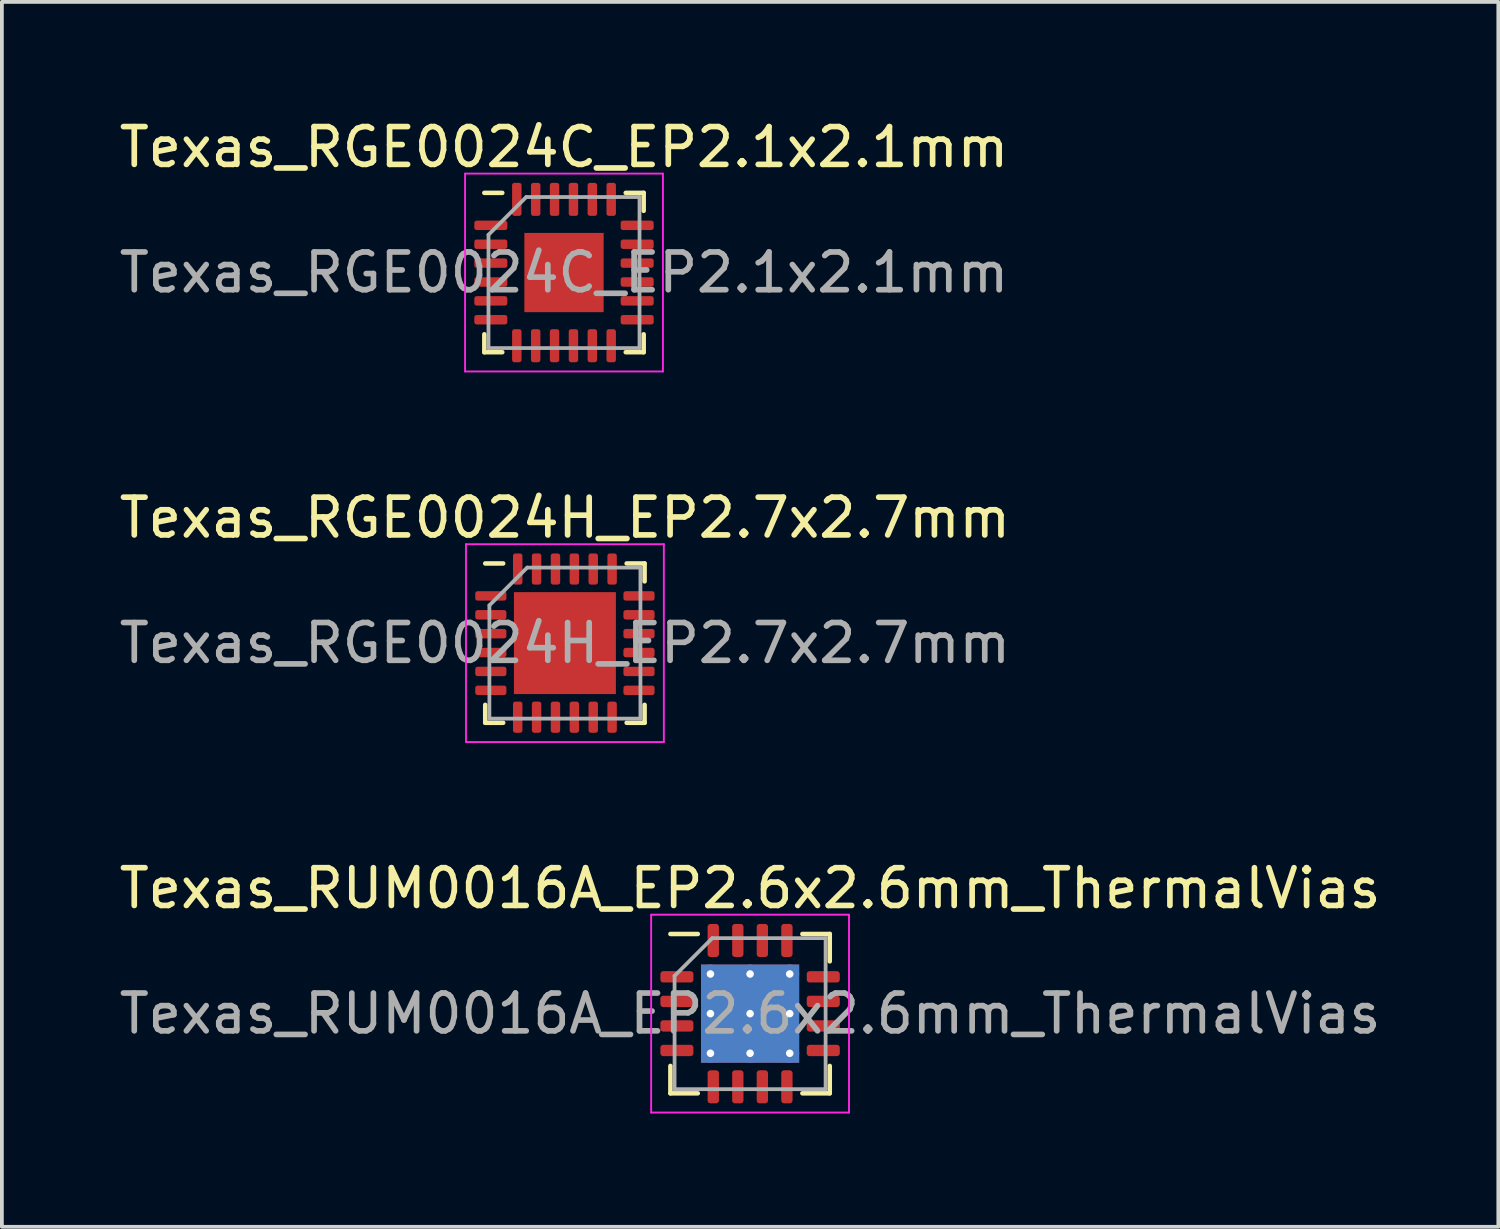
<source format=kicad_pcb>
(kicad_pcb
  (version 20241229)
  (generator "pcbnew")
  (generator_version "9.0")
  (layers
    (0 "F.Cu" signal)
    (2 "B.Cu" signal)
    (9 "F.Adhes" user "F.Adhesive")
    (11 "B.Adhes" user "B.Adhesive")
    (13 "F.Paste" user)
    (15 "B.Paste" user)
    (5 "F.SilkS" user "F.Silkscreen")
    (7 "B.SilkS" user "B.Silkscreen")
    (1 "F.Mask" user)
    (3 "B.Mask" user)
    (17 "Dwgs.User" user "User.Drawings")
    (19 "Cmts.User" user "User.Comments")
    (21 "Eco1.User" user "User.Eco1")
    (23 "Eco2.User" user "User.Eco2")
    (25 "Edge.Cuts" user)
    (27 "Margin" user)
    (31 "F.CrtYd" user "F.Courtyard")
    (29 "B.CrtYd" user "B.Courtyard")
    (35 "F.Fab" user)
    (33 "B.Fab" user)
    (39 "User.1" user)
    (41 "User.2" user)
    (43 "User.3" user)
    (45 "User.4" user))
  (footprint "Texas_RGE0024C_EP2.1x2.1mm"
    (layer "F.Cu")
    (at 11.887 4.168)
    (property "Reference" "Texas_RGE0024C_EP2.1x2.1mm" (at 0 -3.32 0) (layer "F.SilkS") (effects (font (size 1 1) (thickness 0.15))))
    (attr smd)
    (fp_line (start -2.11 2.11) (end -2.11 1.635) (stroke (width 0.12) (type solid)) (layer "F.SilkS"))
    (fp_line (start -1.635 -2.11) (end -2.11 -2.11) (stroke (width 0.12) (type solid)) (layer "F.SilkS"))
    (fp_line (start -1.635 2.11) (end -2.11 2.11) (stroke (width 0.12) (type solid)) (layer "F.SilkS"))
    (fp_line (start 1.635 -2.11) (end 2.11 -2.11) (stroke (width 0.12) (type solid)) (layer "F.SilkS"))
    (fp_line (start 1.635 2.11) (end 2.11 2.11) (stroke (width 0.12) (type solid)) (layer "F.SilkS"))
    (fp_line (start 2.11 -2.11) (end 2.11 -1.635) (stroke (width 0.12) (type solid)) (layer "F.SilkS"))
    (fp_line (start 2.11 2.11) (end 2.11 1.635) (stroke (width 0.12) (type solid)) (layer "F.SilkS"))
    (fp_line (start -2.62 -2.62) (end -2.62 2.62) (stroke (width 0.05) (type solid)) (layer "F.CrtYd"))
    (fp_line (start -2.62 2.62) (end 2.62 2.62) (stroke (width 0.05) (type solid)) (layer "F.CrtYd"))
    (fp_line (start 2.62 -2.62) (end -2.62 -2.62) (stroke (width 0.05) (type solid)) (layer "F.CrtYd"))
    (fp_line (start 2.62 2.62) (end 2.62 -2.62) (stroke (width 0.05) (type solid)) (layer "F.CrtYd"))
    (fp_line (start -2 -1) (end -1 -2) (stroke (width 0.1) (type solid)) (layer "F.Fab"))
    (fp_line (start -2 2) (end -2 -1) (stroke (width 0.1) (type solid)) (layer "F.Fab"))
    (fp_line (start -1 -2) (end 2 -2) (stroke (width 0.1) (type solid)) (layer "F.Fab"))
    (fp_line (start 2 -2) (end 2 2) (stroke (width 0.1) (type solid)) (layer "F.Fab"))
    (fp_line (start 2 2) (end -2 2) (stroke (width 0.1) (type solid)) (layer "F.Fab"))
    (fp_text user "${REFERENCE}" (at 0 0 0) (layer "F.Fab") (effects (font (size 1 1) (thickness 0.15))))
    (pad "" smd roundrect (at -0.525 -0.525) (size 0.85 0.85) (layers "F.Paste") (roundrect_rratio 0.25))
    (pad "" smd roundrect (at -0.525 0.525) (size 0.85 0.85) (layers "F.Paste") (roundrect_rratio 0.25))
    (pad "" smd roundrect (at 0.525 -0.525) (size 0.85 0.85) (layers "F.Paste") (roundrect_rratio 0.25))
    (pad "" smd roundrect (at 0.525 0.525) (size 0.85 0.85) (layers "F.Paste") (roundrect_rratio 0.25))
    (pad "1" smd roundrect (at -1.938 -1.25) (size 0.875 0.25) (layers "F.Cu" "F.Mask" "F.Paste") (roundrect_rratio 0.25))
    (pad "2" smd roundrect (at -1.938 -0.75) (size 0.875 0.25) (layers "F.Cu" "F.Mask" "F.Paste") (roundrect_rratio 0.25))
    (pad "3" smd roundrect (at -1.938 -0.25) (size 0.875 0.25) (layers "F.Cu" "F.Mask" "F.Paste") (roundrect_rratio 0.25))
    (pad "4" smd roundrect (at -1.938 0.25) (size 0.875 0.25) (layers "F.Cu" "F.Mask" "F.Paste") (roundrect_rratio 0.25))
    (pad "5" smd roundrect (at -1.938 0.75) (size 0.875 0.25) (layers "F.Cu" "F.Mask" "F.Paste") (roundrect_rratio 0.25))
    (pad "6" smd roundrect (at -1.938 1.25) (size 0.875 0.25) (layers "F.Cu" "F.Mask" "F.Paste") (roundrect_rratio 0.25))
    (pad "7" smd roundrect (at -1.25 1.938) (size 0.25 0.875) (layers "F.Cu" "F.Mask" "F.Paste") (roundrect_rratio 0.25))
    (pad "8" smd roundrect (at -0.75 1.938) (size 0.25 0.875) (layers "F.Cu" "F.Mask" "F.Paste") (roundrect_rratio 0.25))
    (pad "9" smd roundrect (at -0.25 1.938) (size 0.25 0.875) (layers "F.Cu" "F.Mask" "F.Paste") (roundrect_rratio 0.25))
    (pad "10" smd roundrect (at 0.25 1.938) (size 0.25 0.875) (layers "F.Cu" "F.Mask" "F.Paste") (roundrect_rratio 0.25))
    (pad "11" smd roundrect (at 0.75 1.938) (size 0.25 0.875) (layers "F.Cu" "F.Mask" "F.Paste") (roundrect_rratio 0.25))
    (pad "12" smd roundrect (at 1.25 1.938) (size 0.25 0.875) (layers "F.Cu" "F.Mask" "F.Paste") (roundrect_rratio 0.25))
    (pad "13" smd roundrect (at 1.938 1.25) (size 0.875 0.25) (layers "F.Cu" "F.Mask" "F.Paste") (roundrect_rratio 0.25))
    (pad "14" smd roundrect (at 1.938 0.75) (size 0.875 0.25) (layers "F.Cu" "F.Mask" "F.Paste") (roundrect_rratio 0.25))
    (pad "15" smd roundrect (at 1.938 0.25) (size 0.875 0.25) (layers "F.Cu" "F.Mask" "F.Paste") (roundrect_rratio 0.25))
    (pad "16" smd roundrect (at 1.938 -0.25) (size 0.875 0.25) (layers "F.Cu" "F.Mask" "F.Paste") (roundrect_rratio 0.25))
    (pad "17" smd roundrect (at 1.938 -0.75) (size 0.875 0.25) (layers "F.Cu" "F.Mask" "F.Paste") (roundrect_rratio 0.25))
    (pad "18" smd roundrect (at 1.938 -1.25) (size 0.875 0.25) (layers "F.Cu" "F.Mask" "F.Paste") (roundrect_rratio 0.25))
    (pad "19" smd roundrect (at 1.25 -1.938) (size 0.25 0.875) (layers "F.Cu" "F.Mask" "F.Paste") (roundrect_rratio 0.25))
    (pad "20" smd roundrect (at 0.75 -1.938) (size 0.25 0.875) (layers "F.Cu" "F.Mask" "F.Paste") (roundrect_rratio 0.25))
    (pad "21" smd roundrect (at 0.25 -1.938) (size 0.25 0.875) (layers "F.Cu" "F.Mask" "F.Paste") (roundrect_rratio 0.25))
    (pad "22" smd roundrect (at -0.25 -1.938) (size 0.25 0.875) (layers "F.Cu" "F.Mask" "F.Paste") (roundrect_rratio 0.25))
    (pad "23" smd roundrect (at -0.75 -1.938) (size 0.25 0.875) (layers "F.Cu" "F.Mask" "F.Paste") (roundrect_rratio 0.25))
    (pad "24" smd roundrect (at -1.25 -1.938) (size 0.25 0.875) (layers "F.Cu" "F.Mask" "F.Paste") (roundrect_rratio 0.25))
    (pad "25" smd rect (at 0 0) (size 2.1 2.1) (layers "F.Cu" "F.Mask")))
  (footprint "Texas_RUM0016A_EP2.6x2.6mm_ThermalVias"
    (layer "F.Cu")
    (at 16.815 23.795)
    (property "Reference" "Texas_RUM0016A_EP2.6x2.6mm_ThermalVias" (at 0 -3.32 0) (layer "F.SilkS") (effects (font (size 1 1) (thickness 0.15))))
    (attr smd)
    (fp_line (start -2.11 2.11) (end -2.11 1.385) (stroke (width 0.12) (type solid)) (layer "F.SilkS"))
    (fp_line (start -1.385 -2.11) (end -2.11 -2.11) (stroke (width 0.12) (type solid)) (layer "F.SilkS"))
    (fp_line (start -1.385 2.11) (end -2.11 2.11) (stroke (width 0.12) (type solid)) (layer "F.SilkS"))
    (fp_line (start 1.385 -2.11) (end 2.11 -2.11) (stroke (width 0.12) (type solid)) (layer "F.SilkS"))
    (fp_line (start 1.385 2.11) (end 2.11 2.11) (stroke (width 0.12) (type solid)) (layer "F.SilkS"))
    (fp_line (start 2.11 -2.11) (end 2.11 -1.385) (stroke (width 0.12) (type solid)) (layer "F.SilkS"))
    (fp_line (start 2.11 2.11) (end 2.11 1.385) (stroke (width 0.12) (type solid)) (layer "F.SilkS"))
    (fp_line (start -2.62 -2.62) (end -2.62 2.62) (stroke (width 0.05) (type solid)) (layer "F.CrtYd"))
    (fp_line (start -2.62 2.62) (end 2.62 2.62) (stroke (width 0.05) (type solid)) (layer "F.CrtYd"))
    (fp_line (start 2.62 -2.62) (end -2.62 -2.62) (stroke (width 0.05) (type solid)) (layer "F.CrtYd"))
    (fp_line (start 2.62 2.62) (end 2.62 -2.62) (stroke (width 0.05) (type solid)) (layer "F.CrtYd"))
    (fp_line (start -2 -1) (end -1 -2) (stroke (width 0.1) (type solid)) (layer "F.Fab"))
    (fp_line (start -2 2) (end -2 -1) (stroke (width 0.1) (type solid)) (layer "F.Fab"))
    (fp_line (start -1 -2) (end 2 -2) (stroke (width 0.1) (type solid)) (layer "F.Fab"))
    (fp_line (start 2 -2) (end 2 2) (stroke (width 0.1) (type solid)) (layer "F.Fab"))
    (fp_line (start 2 2) (end -2 2) (stroke (width 0.1) (type solid)) (layer "F.Fab"))
    (fp_text user "${REFERENCE}" (at 0 0 0) (layer "F.Fab") (effects (font (size 1 1) (thickness 0.15))))
    (pad "" smd roundrect (at -0.65 -0.65) (size 1.09 1.09) (layers "F.Paste") (roundrect_rratio 0.229))
    (pad "" smd roundrect (at -0.65 0.65) (size 1.09 1.09) (layers "F.Paste") (roundrect_rratio 0.229))
    (pad "" smd roundrect (at 0.65 -0.65) (size 1.09 1.09) (layers "F.Paste") (roundrect_rratio 0.229))
    (pad "" smd roundrect (at 0.65 0.65) (size 1.09 1.09) (layers "F.Paste") (roundrect_rratio 0.229))
    (pad "1" smd roundrect (at -1.938 -0.975) (size 0.875 0.3) (layers "F.Cu" "F.Mask" "F.Paste") (roundrect_rratio 0.25))
    (pad "2" smd roundrect (at -1.938 -0.325) (size 0.875 0.3) (layers "F.Cu" "F.Mask" "F.Paste") (roundrect_rratio 0.25))
    (pad "3" smd roundrect (at -1.938 0.325) (size 0.875 0.3) (layers "F.Cu" "F.Mask" "F.Paste") (roundrect_rratio 0.25))
    (pad "4" smd roundrect (at -1.938 0.975) (size 0.875 0.3) (layers "F.Cu" "F.Mask" "F.Paste") (roundrect_rratio 0.25))
    (pad "5" smd roundrect (at -0.975 1.938) (size 0.3 0.875) (layers "F.Cu" "F.Mask" "F.Paste") (roundrect_rratio 0.25))
    (pad "6" smd roundrect (at -0.325 1.938) (size 0.3 0.875) (layers "F.Cu" "F.Mask" "F.Paste") (roundrect_rratio 0.25))
    (pad "7" smd roundrect (at 0.325 1.938) (size 0.3 0.875) (layers "F.Cu" "F.Mask" "F.Paste") (roundrect_rratio 0.25))
    (pad "8" smd roundrect (at 0.975 1.938) (size 0.3 0.875) (layers "F.Cu" "F.Mask" "F.Paste") (roundrect_rratio 0.25))
    (pad "9" smd roundrect (at 1.938 0.975) (size 0.875 0.3) (layers "F.Cu" "F.Mask" "F.Paste") (roundrect_rratio 0.25))
    (pad "10" smd roundrect (at 1.938 0.325) (size 0.875 0.3) (layers "F.Cu" "F.Mask" "F.Paste") (roundrect_rratio 0.25))
    (pad "11" smd roundrect (at 1.938 -0.325) (size 0.875 0.3) (layers "F.Cu" "F.Mask" "F.Paste") (roundrect_rratio 0.25))
    (pad "12" smd roundrect (at 1.938 -0.975) (size 0.875 0.3) (layers "F.Cu" "F.Mask" "F.Paste") (roundrect_rratio 0.25))
    (pad "13" smd roundrect (at 0.975 -1.938) (size 0.3 0.875) (layers "F.Cu" "F.Mask" "F.Paste") (roundrect_rratio 0.25))
    (pad "14" smd roundrect (at 0.325 -1.938) (size 0.3 0.875) (layers "F.Cu" "F.Mask" "F.Paste") (roundrect_rratio 0.25))
    (pad "15" smd roundrect (at -0.325 -1.938) (size 0.3 0.875) (layers "F.Cu" "F.Mask" "F.Paste") (roundrect_rratio 0.25))
    (pad "16" smd roundrect (at -0.975 -1.938) (size 0.3 0.875) (layers "F.Cu" "F.Mask" "F.Paste") (roundrect_rratio 0.25))
    (pad "17" thru_hole circle (at -1.05 -1.05) (size 0.5 0.5) (drill 0.2) (layers "*.Cu"))
    (pad "17" thru_hole circle (at -1.05 0) (size 0.5 0.5) (drill 0.2) (layers "*.Cu"))
    (pad "17" thru_hole circle (at -1.05 1.05) (size 0.5 0.5) (drill 0.2) (layers "*.Cu"))
    (pad "17" thru_hole circle (at 0 -1.05) (size 0.5 0.5) (drill 0.2) (layers "*.Cu"))
    (pad "17" thru_hole circle (at 0 0) (size 0.5 0.5) (drill 0.2) (layers "*.Cu"))
    (pad "17" smd rect (at 0 0) (size 2.6 2.6) (layers "F.Cu" "F.Mask"))
    (pad "17" smd rect (at 0 0) (size 2.6 2.6) (layers "B.Cu"))
    (pad "17" thru_hole circle (at 0 1.05) (size 0.5 0.5) (drill 0.2) (layers "*.Cu"))
    (pad "17" thru_hole circle (at 1.05 -1.05) (size 0.5 0.5) (drill 0.2) (layers "*.Cu"))
    (pad "17" thru_hole circle (at 1.05 0) (size 0.5 0.5) (drill 0.2) (layers "*.Cu"))
    (pad "17" thru_hole circle (at 1.05 1.05) (size 0.5 0.5) (drill 0.2) (layers "*.Cu")))
  (footprint "Texas_RGE0024H_EP2.7x2.7mm"
    (layer "F.Cu")
    (at 11.911 13.982)
    (property "Reference" "Texas_RGE0024H_EP2.7x2.7mm" (at 0 -3.32 0) (layer "F.SilkS") (effects (font (size 1 1) (thickness 0.15))))
    (attr smd)
    (fp_line (start -2.11 2.11) (end -2.11 1.635) (stroke (width 0.12) (type solid)) (layer "F.SilkS"))
    (fp_line (start -1.635 -2.11) (end -2.11 -2.11) (stroke (width 0.12) (type solid)) (layer "F.SilkS"))
    (fp_line (start -1.635 2.11) (end -2.11 2.11) (stroke (width 0.12) (type solid)) (layer "F.SilkS"))
    (fp_line (start 1.635 -2.11) (end 2.11 -2.11) (stroke (width 0.12) (type solid)) (layer "F.SilkS"))
    (fp_line (start 1.635 2.11) (end 2.11 2.11) (stroke (width 0.12) (type solid)) (layer "F.SilkS"))
    (fp_line (start 2.11 -2.11) (end 2.11 -1.635) (stroke (width 0.12) (type solid)) (layer "F.SilkS"))
    (fp_line (start 2.11 2.11) (end 2.11 1.635) (stroke (width 0.12) (type solid)) (layer "F.SilkS"))
    (fp_line (start -2.62 -2.62) (end -2.62 2.62) (stroke (width 0.05) (type solid)) (layer "F.CrtYd"))
    (fp_line (start -2.62 2.62) (end 2.62 2.62) (stroke (width 0.05) (type solid)) (layer "F.CrtYd"))
    (fp_line (start 2.62 -2.62) (end -2.62 -2.62) (stroke (width 0.05) (type solid)) (layer "F.CrtYd"))
    (fp_line (start 2.62 2.62) (end 2.62 -2.62) (stroke (width 0.05) (type solid)) (layer "F.CrtYd"))
    (fp_line (start -2 -1) (end -1 -2) (stroke (width 0.1) (type solid)) (layer "F.Fab"))
    (fp_line (start -2 2) (end -2 -1) (stroke (width 0.1) (type solid)) (layer "F.Fab"))
    (fp_line (start -1 -2) (end 2 -2) (stroke (width 0.1) (type solid)) (layer "F.Fab"))
    (fp_line (start 2 -2) (end 2 2) (stroke (width 0.1) (type solid)) (layer "F.Fab"))
    (fp_line (start 2 2) (end -2 2) (stroke (width 0.1) (type solid)) (layer "F.Fab"))
    (fp_text user "${REFERENCE}" (at 0 0 0) (layer "F.Fab") (effects (font (size 1 1) (thickness 0.15))))
    (pad "" smd roundrect (at -0.675 -0.675) (size 1.09 1.09) (layers "F.Paste") (roundrect_rratio 0.229))
    (pad "" smd roundrect (at -0.675 0.675) (size 1.09 1.09) (layers "F.Paste") (roundrect_rratio 0.229))
    (pad "" smd roundrect (at 0.675 -0.675) (size 1.09 1.09) (layers "F.Paste") (roundrect_rratio 0.229))
    (pad "" smd roundrect (at 0.675 0.675) (size 1.09 1.09) (layers "F.Paste") (roundrect_rratio 0.229))
    (pad "1" smd roundrect (at -1.962 -1.25) (size 0.825 0.25) (layers "F.Cu" "F.Mask" "F.Paste") (roundrect_rratio 0.25))
    (pad "2" smd roundrect (at -1.962 -0.75) (size 0.825 0.25) (layers "F.Cu" "F.Mask" "F.Paste") (roundrect_rratio 0.25))
    (pad "3" smd roundrect (at -1.962 -0.25) (size 0.825 0.25) (layers "F.Cu" "F.Mask" "F.Paste") (roundrect_rratio 0.25))
    (pad "4" smd roundrect (at -1.962 0.25) (size 0.825 0.25) (layers "F.Cu" "F.Mask" "F.Paste") (roundrect_rratio 0.25))
    (pad "5" smd roundrect (at -1.962 0.75) (size 0.825 0.25) (layers "F.Cu" "F.Mask" "F.Paste") (roundrect_rratio 0.25))
    (pad "6" smd roundrect (at -1.962 1.25) (size 0.825 0.25) (layers "F.Cu" "F.Mask" "F.Paste") (roundrect_rratio 0.25))
    (pad "7" smd roundrect (at -1.25 1.962) (size 0.25 0.825) (layers "F.Cu" "F.Mask" "F.Paste") (roundrect_rratio 0.25))
    (pad "8" smd roundrect (at -0.75 1.962) (size 0.25 0.825) (layers "F.Cu" "F.Mask" "F.Paste") (roundrect_rratio 0.25))
    (pad "9" smd roundrect (at -0.25 1.962) (size 0.25 0.825) (layers "F.Cu" "F.Mask" "F.Paste") (roundrect_rratio 0.25))
    (pad "10" smd roundrect (at 0.25 1.962) (size 0.25 0.825) (layers "F.Cu" "F.Mask" "F.Paste") (roundrect_rratio 0.25))
    (pad "11" smd roundrect (at 0.75 1.962) (size 0.25 0.825) (layers "F.Cu" "F.Mask" "F.Paste") (roundrect_rratio 0.25))
    (pad "12" smd roundrect (at 1.25 1.962) (size 0.25 0.825) (layers "F.Cu" "F.Mask" "F.Paste") (roundrect_rratio 0.25))
    (pad "13" smd roundrect (at 1.962 1.25) (size 0.825 0.25) (layers "F.Cu" "F.Mask" "F.Paste") (roundrect_rratio 0.25))
    (pad "14" smd roundrect (at 1.962 0.75) (size 0.825 0.25) (layers "F.Cu" "F.Mask" "F.Paste") (roundrect_rratio 0.25))
    (pad "15" smd roundrect (at 1.962 0.25) (size 0.825 0.25) (layers "F.Cu" "F.Mask" "F.Paste") (roundrect_rratio 0.25))
    (pad "16" smd roundrect (at 1.962 -0.25) (size 0.825 0.25) (layers "F.Cu" "F.Mask" "F.Paste") (roundrect_rratio 0.25))
    (pad "17" smd roundrect (at 1.962 -0.75) (size 0.825 0.25) (layers "F.Cu" "F.Mask" "F.Paste") (roundrect_rratio 0.25))
    (pad "18" smd roundrect (at 1.962 -1.25) (size 0.825 0.25) (layers "F.Cu" "F.Mask" "F.Paste") (roundrect_rratio 0.25))
    (pad "19" smd roundrect (at 1.25 -1.962) (size 0.25 0.825) (layers "F.Cu" "F.Mask" "F.Paste") (roundrect_rratio 0.25))
    (pad "20" smd roundrect (at 0.75 -1.962) (size 0.25 0.825) (layers "F.Cu" "F.Mask" "F.Paste") (roundrect_rratio 0.25))
    (pad "21" smd roundrect (at 0.25 -1.962) (size 0.25 0.825) (layers "F.Cu" "F.Mask" "F.Paste") (roundrect_rratio 0.25))
    (pad "22" smd roundrect (at -0.25 -1.962) (size 0.25 0.825) (layers "F.Cu" "F.Mask" "F.Paste") (roundrect_rratio 0.25))
    (pad "23" smd roundrect (at -0.75 -1.962) (size 0.25 0.825) (layers "F.Cu" "F.Mask" "F.Paste") (roundrect_rratio 0.25))
    (pad "24" smd roundrect (at -1.25 -1.962) (size 0.25 0.825) (layers "F.Cu" "F.Mask" "F.Paste") (roundrect_rratio 0.25))
    (pad "25" smd rect (at 0 0) (size 2.7 2.7) (layers "F.Cu" "F.Mask")))
  (gr_rect
    (start -3 -3)
    (end 36.631 29.44)
    (stroke (width 0.1) (type default))
    (fill no)
    (layer "Edge.Cuts")))
</source>
